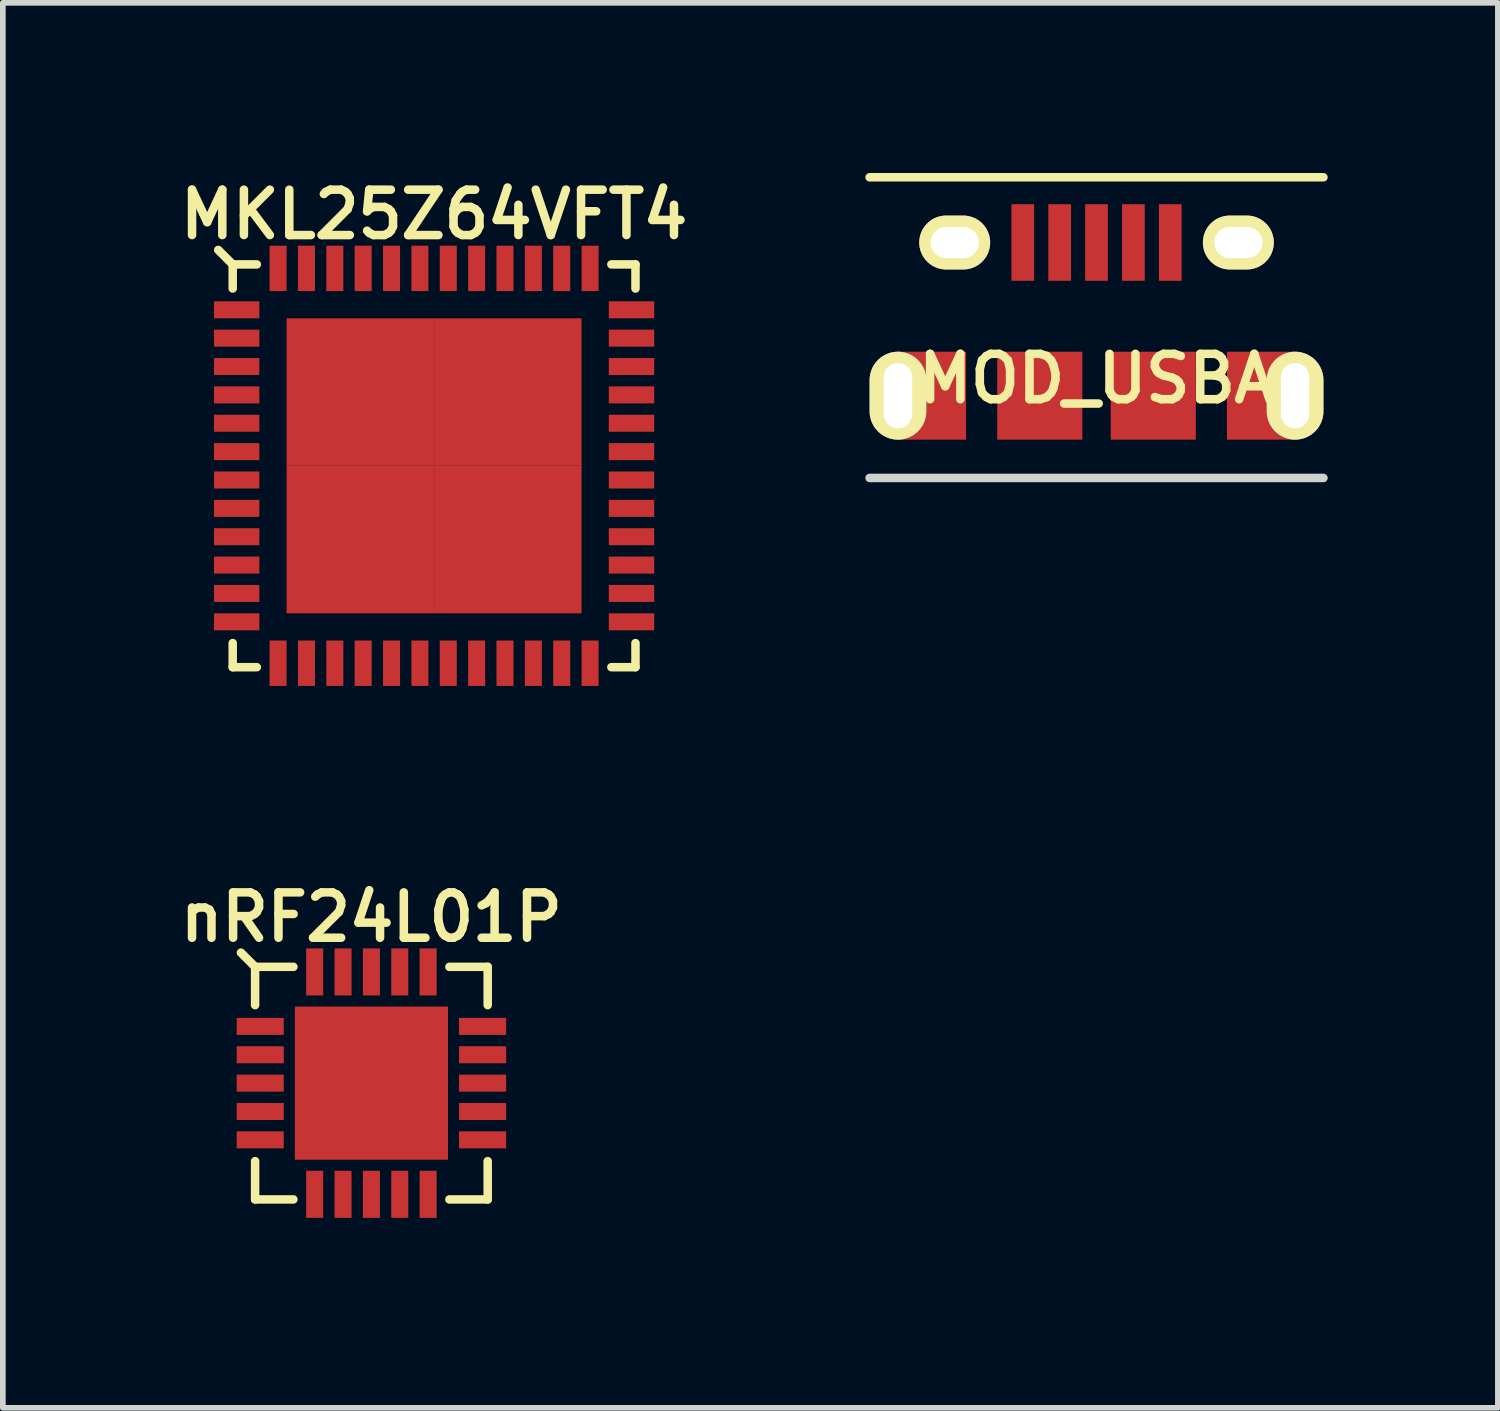
<source format=kicad_pcb>
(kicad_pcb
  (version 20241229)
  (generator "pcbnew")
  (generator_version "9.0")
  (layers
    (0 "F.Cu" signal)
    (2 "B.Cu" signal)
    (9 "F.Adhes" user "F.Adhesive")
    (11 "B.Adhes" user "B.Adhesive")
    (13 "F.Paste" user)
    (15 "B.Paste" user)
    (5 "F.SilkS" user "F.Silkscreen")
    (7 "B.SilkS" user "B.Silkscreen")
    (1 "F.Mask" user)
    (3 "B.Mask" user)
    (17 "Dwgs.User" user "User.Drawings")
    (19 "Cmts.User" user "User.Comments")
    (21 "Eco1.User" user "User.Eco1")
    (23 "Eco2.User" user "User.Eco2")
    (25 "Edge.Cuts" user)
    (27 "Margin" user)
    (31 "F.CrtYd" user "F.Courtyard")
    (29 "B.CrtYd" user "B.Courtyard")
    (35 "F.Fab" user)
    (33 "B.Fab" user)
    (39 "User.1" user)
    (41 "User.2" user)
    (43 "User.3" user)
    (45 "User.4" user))
  (footprint "MKL25Z64VFT4"
    (layer "F.Cu")
    (at 4.602 5.161)
    (property "Reference" "MKL25Z64VFT4" (at 0 -4.43 0) (layer "F.SilkS") (effects (font (size 0.8 0.8) (thickness 0.15))))
    (attr through_hole)
    (fp_line (start -3.55 -3.55) (end -3.805 -3.805) (stroke (width 0.15) (type solid)) (layer "F.SilkS"))
    (fp_line (start -3.55 -3.55) (end -3.55 -3.125) (stroke (width 0.15) (type solid)) (layer "F.SilkS"))
    (fp_line (start -3.55 -3.55) (end -3.125 -3.55) (stroke (width 0.15) (type solid)) (layer "F.SilkS"))
    (fp_line (start -3.55 3.55) (end -3.55 3.125) (stroke (width 0.15) (type solid)) (layer "F.SilkS"))
    (fp_line (start -3.55 3.55) (end -3.125 3.55) (stroke (width 0.15) (type solid)) (layer "F.SilkS"))
    (fp_line (start 3.55 -3.55) (end 3.125 -3.55) (stroke (width 0.15) (type solid)) (layer "F.SilkS"))
    (fp_line (start 3.55 -3.55) (end 3.55 -3.125) (stroke (width 0.15) (type solid)) (layer "F.SilkS"))
    (fp_line (start 3.55 3.55) (end 3.125 3.55) (stroke (width 0.15) (type solid)) (layer "F.SilkS"))
    (fp_line (start 3.55 3.55) (end 3.55 3.125) (stroke (width 0.15) (type solid)) (layer "F.SilkS"))
    (fp_line (start -3.55 3.55) (end -3.55 -3.05) (stroke (width 0.15) (type solid)) (layer "Eco1.User"))
    (fp_line (start -3.05 -3.55) (end -3.55 -3.05) (stroke (width 0.15) (type solid)) (layer "Eco1.User"))
    (fp_line (start -3.05 -3.55) (end 3.55 -3.55) (stroke (width 0.15) (type solid)) (layer "Eco1.User"))
    (fp_line (start 3.55 -3.55) (end 3.55 3.55) (stroke (width 0.15) (type solid)) (layer "Eco1.User"))
    (fp_line (start 3.55 3.55) (end -3.55 3.55) (stroke (width 0.15) (type solid)) (layer "Eco1.User"))
    (fp_line (start -4.15 -4.15) (end -4.15 4.15) (stroke (width 0.15) (type solid)) (layer "Eco2.User"))
    (fp_line (start -4.15 4.15) (end 4.15 4.15) (stroke (width 0.15) (type solid)) (layer "Eco2.User"))
    (fp_line (start 4.15 -4.15) (end -4.15 -4.15) (stroke (width 0.15) (type solid)) (layer "Eco2.User"))
    (fp_line (start 4.15 4.15) (end 4.15 -4.15) (stroke (width 0.15) (type solid)) (layer "Eco2.User"))
    (pad "1" smd rect (at -3.48 -2.75) (size 0.8 0.3) (layers "F.Cu" "F.Mask" "F.Paste"))
    (pad "2" smd rect (at -3.48 -2.25) (size 0.8 0.3) (layers "F.Cu" "F.Mask" "F.Paste"))
    (pad "3" smd rect (at -3.48 -1.75) (size 0.8 0.3) (layers "F.Cu" "F.Mask" "F.Paste"))
    (pad "4" smd rect (at -3.48 -1.25) (size 0.8 0.3) (layers "F.Cu" "F.Mask" "F.Paste"))
    (pad "5" smd rect (at -3.48 -0.75) (size 0.8 0.3) (layers "F.Cu" "F.Mask" "F.Paste"))
    (pad "6" smd rect (at -3.48 -0.25) (size 0.8 0.3) (layers "F.Cu" "F.Mask" "F.Paste"))
    (pad "7" smd rect (at -3.48 0.25) (size 0.8 0.3) (layers "F.Cu" "F.Mask" "F.Paste"))
    (pad "8" smd rect (at -3.48 0.75) (size 0.8 0.3) (layers "F.Cu" "F.Mask" "F.Paste"))
    (pad "9" smd rect (at -3.48 1.25) (size 0.8 0.3) (layers "F.Cu" "F.Mask" "F.Paste"))
    (pad "10" smd rect (at -3.48 1.75) (size 0.8 0.3) (layers "F.Cu" "F.Mask" "F.Paste"))
    (pad "11" smd rect (at -3.48 2.25) (size 0.8 0.3) (layers "F.Cu" "F.Mask" "F.Paste"))
    (pad "12" smd rect (at -3.48 2.75) (size 0.8 0.3) (layers "F.Cu" "F.Mask" "F.Paste"))
    (pad "13" smd rect (at -2.75 3.48) (size 0.3 0.8) (layers "F.Cu" "F.Mask" "F.Paste"))
    (pad "14" smd rect (at -2.25 3.48) (size 0.3 0.8) (layers "F.Cu" "F.Mask" "F.Paste"))
    (pad "15" smd rect (at -1.75 3.48) (size 0.3 0.8) (layers "F.Cu" "F.Mask" "F.Paste"))
    (pad "16" smd rect (at -1.25 3.48) (size 0.3 0.8) (layers "F.Cu" "F.Mask" "F.Paste"))
    (pad "17" smd rect (at -0.75 3.48) (size 0.3 0.8) (layers "F.Cu" "F.Mask" "F.Paste"))
    (pad "18" smd rect (at -0.25 3.48) (size 0.3 0.8) (layers "F.Cu" "F.Mask" "F.Paste"))
    (pad "19" smd rect (at 0.25 3.48) (size 0.3 0.8) (layers "F.Cu" "F.Mask" "F.Paste"))
    (pad "20" smd rect (at 0.75 3.48) (size 0.3 0.8) (layers "F.Cu" "F.Mask" "F.Paste"))
    (pad "21" smd rect (at 1.25 3.48) (size 0.3 0.8) (layers "F.Cu" "F.Mask" "F.Paste"))
    (pad "22" smd rect (at 1.75 3.48) (size 0.3 0.8) (layers "F.Cu" "F.Mask" "F.Paste"))
    (pad "23" smd rect (at 2.25 3.48) (size 0.3 0.8) (layers "F.Cu" "F.Mask" "F.Paste"))
    (pad "24" smd rect (at 2.75 3.48) (size 0.3 0.8) (layers "F.Cu" "F.Mask" "F.Paste"))
    (pad "25" smd rect (at 3.48 2.75) (size 0.8 0.3) (layers "F.Cu" "F.Mask" "F.Paste"))
    (pad "26" smd rect (at 3.48 2.25) (size 0.8 0.3) (layers "F.Cu" "F.Mask" "F.Paste"))
    (pad "27" smd rect (at 3.48 1.75) (size 0.8 0.3) (layers "F.Cu" "F.Mask" "F.Paste"))
    (pad "28" smd rect (at 3.48 1.25) (size 0.8 0.3) (layers "F.Cu" "F.Mask" "F.Paste"))
    (pad "29" smd rect (at 3.48 0.75) (size 0.8 0.3) (layers "F.Cu" "F.Mask" "F.Paste"))
    (pad "30" smd rect (at 3.48 0.25) (size 0.8 0.3) (layers "F.Cu" "F.Mask" "F.Paste"))
    (pad "31" smd rect (at 3.48 -0.25) (size 0.8 0.3) (layers "F.Cu" "F.Mask" "F.Paste"))
    (pad "32" smd rect (at 3.48 -0.75) (size 0.8 0.3) (layers "F.Cu" "F.Mask" "F.Paste"))
    (pad "33" smd rect (at 3.48 -1.25) (size 0.8 0.3) (layers "F.Cu" "F.Mask" "F.Paste"))
    (pad "34" smd rect (at 3.48 -1.75) (size 0.8 0.3) (layers "F.Cu" "F.Mask" "F.Paste"))
    (pad "35" smd rect (at 3.48 -2.25) (size 0.8 0.3) (layers "F.Cu" "F.Mask" "F.Paste"))
    (pad "36" smd rect (at 3.48 -2.75) (size 0.8 0.3) (layers "F.Cu" "F.Mask" "F.Paste"))
    (pad "37" smd rect (at 2.75 -3.48) (size 0.3 0.8) (layers "F.Cu" "F.Mask" "F.Paste"))
    (pad "38" smd rect (at 2.25 -3.48) (size 0.3 0.8) (layers "F.Cu" "F.Mask" "F.Paste"))
    (pad "39" smd rect (at 1.75 -3.48) (size 0.3 0.8) (layers "F.Cu" "F.Mask" "F.Paste"))
    (pad "40" smd rect (at 1.25 -3.48) (size 0.3 0.8) (layers "F.Cu" "F.Mask" "F.Paste"))
    (pad "41" smd rect (at 0.75 -3.48) (size 0.3 0.8) (layers "F.Cu" "F.Mask" "F.Paste"))
    (pad "42" smd rect (at 0.25 -3.48) (size 0.3 0.8) (layers "F.Cu" "F.Mask" "F.Paste"))
    (pad "43" smd rect (at -0.25 -3.48) (size 0.3 0.8) (layers "F.Cu" "F.Mask" "F.Paste"))
    (pad "44" smd rect (at -0.75 -3.48) (size 0.3 0.8) (layers "F.Cu" "F.Mask" "F.Paste"))
    (pad "45" smd rect (at -1.25 -3.48) (size 0.3 0.8) (layers "F.Cu" "F.Mask" "F.Paste"))
    (pad "46" smd rect (at -1.75 -3.48) (size 0.3 0.8) (layers "F.Cu" "F.Mask" "F.Paste"))
    (pad "47" smd rect (at -2.25 -3.48) (size 0.3 0.8) (layers "F.Cu" "F.Mask" "F.Paste"))
    (pad "48" smd rect (at -2.75 -3.48) (size 0.3 0.8) (layers "F.Cu" "F.Mask" "F.Paste"))
    (pad "49" smd rect (at -1.3 -1.3) (size 2.6 2.6) (layers "F.Cu" "F.Mask" "F.Paste"))
    (pad "49" smd rect (at -1.3 1.3) (size 2.6 2.6) (layers "F.Cu" "F.Mask" "F.Paste"))
    (pad "49" smd rect (at 1.3 -1.3) (size 2.6 2.6) (layers "F.Cu" "F.Mask" "F.Paste"))
    (pad "49" smd rect (at 1.3 1.3) (size 2.6 2.6) (layers "F.Cu" "F.Mask" "F.Paste")))
  (footprint "nRF24L01P"
    (layer "F.Cu")
    (at 3.497 16.043)
    (property "Reference" "nRF24L01P" (at 0 -2.925 0) (layer "F.SilkS") (effects (font (size 0.8 0.8) (thickness 0.15))))
    (attr through_hole)
    (fp_line (start -2.05 -2.05) (end -2.3 -2.3) (stroke (width 0.15) (type solid)) (layer "F.SilkS"))
    (fp_line (start -2.05 -2.05) (end -2.05 -1.375) (stroke (width 0.15) (type solid)) (layer "F.SilkS"))
    (fp_line (start -2.05 -2.05) (end -1.375 -2.05) (stroke (width 0.15) (type solid)) (layer "F.SilkS"))
    (fp_line (start -2.05 2.05) (end -2.05 1.375) (stroke (width 0.15) (type solid)) (layer "F.SilkS"))
    (fp_line (start -2.05 2.05) (end -1.375 2.05) (stroke (width 0.15) (type solid)) (layer "F.SilkS"))
    (fp_line (start 2.05 -2.05) (end 1.375 -2.05) (stroke (width 0.15) (type solid)) (layer "F.SilkS"))
    (fp_line (start 2.05 -2.05) (end 2.05 -1.375) (stroke (width 0.15) (type solid)) (layer "F.SilkS"))
    (fp_line (start 2.05 2.05) (end 1.375 2.05) (stroke (width 0.15) (type solid)) (layer "F.SilkS"))
    (fp_line (start 2.05 2.05) (end 2.05 1.375) (stroke (width 0.15) (type solid)) (layer "F.SilkS"))
    (fp_line (start -2.05 2.05) (end -2.05 -1.55) (stroke (width 0.15) (type solid)) (layer "Eco1.User"))
    (fp_line (start -1.55 -2.05) (end -2.05 -1.55) (stroke (width 0.15) (type solid)) (layer "Eco1.User"))
    (fp_line (start -1.55 -2.05) (end 2.05 -2.05) (stroke (width 0.15) (type solid)) (layer "Eco1.User"))
    (fp_line (start 2.05 -2.05) (end 2.05 2.05) (stroke (width 0.15) (type solid)) (layer "Eco1.User"))
    (fp_line (start 2.05 2.05) (end -2.05 2.05) (stroke (width 0.15) (type solid)) (layer "Eco1.User"))
    (fp_line (start -2.65 -2.65) (end -2.65 2.65) (stroke (width 0.15) (type solid)) (layer "Eco2.User"))
    (fp_line (start -2.65 2.65) (end 2.65 2.65) (stroke (width 0.15) (type solid)) (layer "Eco2.User"))
    (fp_line (start 2.65 -2.65) (end -2.65 -2.65) (stroke (width 0.15) (type solid)) (layer "Eco2.User"))
    (fp_line (start 2.65 2.65) (end 2.65 -2.65) (stroke (width 0.15) (type solid)) (layer "Eco2.User"))
    (pad "1" smd rect (at -1.96 -1) (size 0.83 0.3) (layers "F.Cu" "F.Mask" "F.Paste"))
    (pad "2" smd rect (at -1.96 -0.5) (size 0.83 0.3) (layers "F.Cu" "F.Mask" "F.Paste"))
    (pad "3" smd rect (at -1.96 0) (size 0.83 0.3) (layers "F.Cu" "F.Mask" "F.Paste"))
    (pad "4" smd rect (at -1.96 0.5) (size 0.83 0.3) (layers "F.Cu" "F.Mask" "F.Paste"))
    (pad "5" smd rect (at -1.96 1) (size 0.83 0.3) (layers "F.Cu" "F.Mask" "F.Paste"))
    (pad "6" smd rect (at -1 1.96) (size 0.3 0.83) (layers "F.Cu" "F.Mask" "F.Paste"))
    (pad "7" smd rect (at -0.5 1.96) (size 0.3 0.83) (layers "F.Cu" "F.Mask" "F.Paste"))
    (pad "8" smd rect (at 0 1.96) (size 0.3 0.83) (layers "F.Cu" "F.Mask" "F.Paste"))
    (pad "9" smd rect (at 0.5 1.96) (size 0.3 0.83) (layers "F.Cu" "F.Mask" "F.Paste"))
    (pad "10" smd rect (at 1 1.96) (size 0.3 0.83) (layers "F.Cu" "F.Mask" "F.Paste"))
    (pad "11" smd rect (at 1.96 1) (size 0.83 0.3) (layers "F.Cu" "F.Mask" "F.Paste"))
    (pad "12" smd rect (at 1.96 0.5) (size 0.83 0.3) (layers "F.Cu" "F.Mask" "F.Paste"))
    (pad "13" smd rect (at 1.96 0) (size 0.83 0.3) (layers "F.Cu" "F.Mask" "F.Paste"))
    (pad "14" smd rect (at 1.96 -0.5) (size 0.83 0.3) (layers "F.Cu" "F.Mask" "F.Paste"))
    (pad "15" smd rect (at 1.96 -1) (size 0.83 0.3) (layers "F.Cu" "F.Mask" "F.Paste"))
    (pad "16" smd rect (at 1 -1.96) (size 0.3 0.83) (layers "F.Cu" "F.Mask" "F.Paste"))
    (pad "17" smd rect (at 0.5 -1.96) (size 0.3 0.83) (layers "F.Cu" "F.Mask" "F.Paste"))
    (pad "18" smd rect (at 0 -1.96) (size 0.3 0.83) (layers "F.Cu" "F.Mask" "F.Paste"))
    (pad "19" smd rect (at -0.5 -1.96) (size 0.3 0.83) (layers "F.Cu" "F.Mask" "F.Paste"))
    (pad "20" smd rect (at -1 -1.96) (size 0.3 0.83) (layers "F.Cu" "F.Mask" "F.Paste"))
    (pad "21" smd rect (at 0 0) (size 2.7 2.7) (layers "F.Cu" "F.Mask" "F.Paste")))
  (footprint "MOD_USBA"
    (layer "F.Cu")
    (at 16.279 5.375)
    (property "Reference" "MOD_USBA" (at 0 -1.75 0) (layer "F.SilkS") (effects (font (size 0.8 0.8) (thickness 0.15))))
    (attr through_hole)
    (fp_line (start -4 -5.3) (end 4 -5.3) (stroke (width 0.15) (type solid)) (layer "F.SilkS"))
    (fp_line (start -4 0) (end 4 0) (stroke (width 0.15) (type solid)) (layer "Edge.Cuts"))
    (pad "1" smd rect (at -1.3 -4.15) (size 0.4 1.35) (layers "F.Cu" "F.Mask" "F.Paste"))
    (pad "2" smd rect (at -0.65 -4.15) (size 0.4 1.35) (layers "F.Cu" "F.Mask" "F.Paste"))
    (pad "3" smd rect (at 0 -4.15) (size 0.4 1.35) (layers "F.Cu" "F.Mask" "F.Paste"))
    (pad "4" smd rect (at 0.65 -4.15) (size 0.4 1.35) (layers "F.Cu" "F.Mask" "F.Paste"))
    (pad "5" smd rect (at 1.3 -4.15) (size 0.4 1.35) (layers "F.Cu" "F.Mask" "F.Paste"))
    (pad "6" thru_hole oval (at -3.5 -1.45) (size 1 1.55) (drill oval 0.5 1.15) (layers "*.Cu" "*.Mask" "F.SilkS" "F.Paste"))
    (pad "6" smd rect (at -2.9 -1.45) (size 1.2 1.55) (layers "F.Cu" "F.Mask" "F.Paste"))
    (pad "6" thru_hole oval (at -2.5 -4.15) (size 1.25 0.95) (drill oval 0.85 0.55) (layers "*.Cu" "*.Mask" "F.SilkS" "F.Paste"))
    (pad "6" smd rect (at -1 -1.45) (size 1.5 1.55) (layers "F.Cu" "F.Mask" "F.Paste"))
    (pad "6" smd rect (at 1 -1.45) (size 1.5 1.55) (layers "F.Cu" "F.Mask" "F.Paste"))
    (pad "6" thru_hole oval (at 2.5 -4.15) (size 1.25 0.95) (drill oval 0.85 0.55) (layers "*.Cu" "*.Mask" "F.SilkS" "F.Paste"))
    (pad "6" smd rect (at 2.9 -1.45) (size 1.2 1.55) (layers "F.Cu" "F.Mask" "F.Paste"))
    (pad "6" thru_hole oval (at 3.5 -1.45) (size 1 1.55) (drill oval 0.5 1.15) (layers "*.Cu" "*.Mask" "F.SilkS" "F.Paste")))
  (gr_rect
    (start -3 -3)
    (end 23.354 21.767)
    (stroke (width 0.1) (type default))
    (fill no)
    (layer "Edge.Cuts")))
</source>
